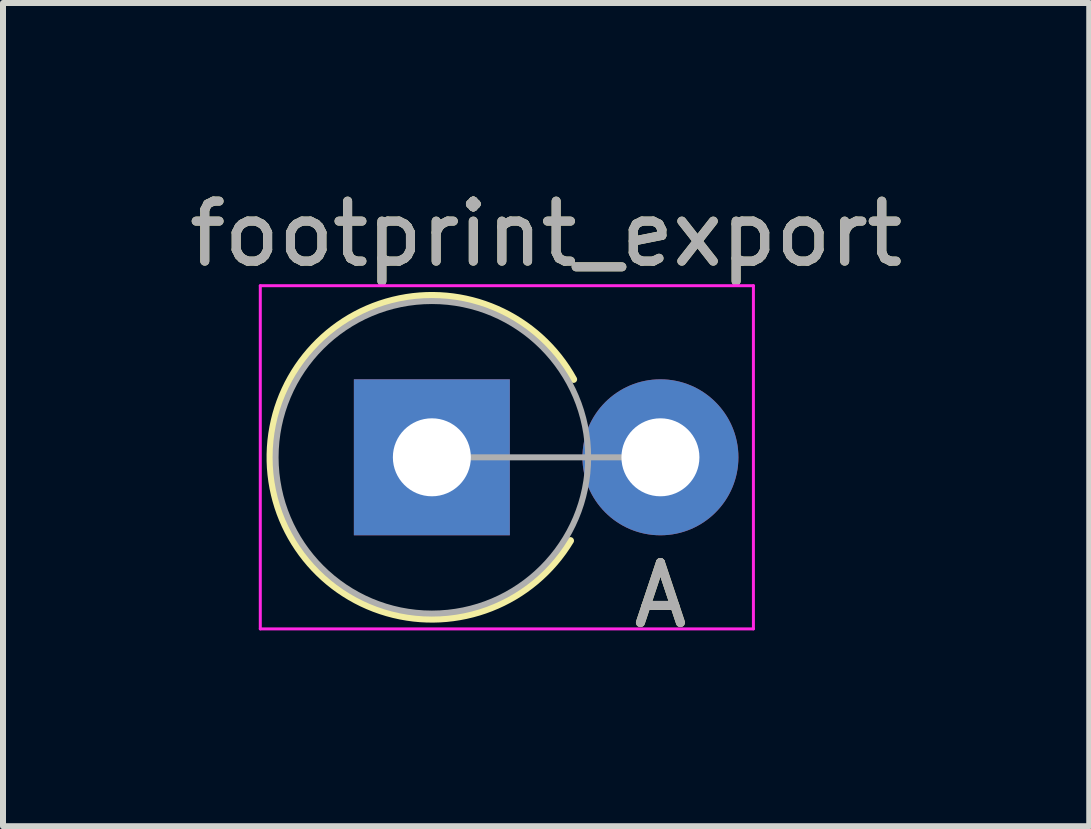
<source format=kicad_pcb>
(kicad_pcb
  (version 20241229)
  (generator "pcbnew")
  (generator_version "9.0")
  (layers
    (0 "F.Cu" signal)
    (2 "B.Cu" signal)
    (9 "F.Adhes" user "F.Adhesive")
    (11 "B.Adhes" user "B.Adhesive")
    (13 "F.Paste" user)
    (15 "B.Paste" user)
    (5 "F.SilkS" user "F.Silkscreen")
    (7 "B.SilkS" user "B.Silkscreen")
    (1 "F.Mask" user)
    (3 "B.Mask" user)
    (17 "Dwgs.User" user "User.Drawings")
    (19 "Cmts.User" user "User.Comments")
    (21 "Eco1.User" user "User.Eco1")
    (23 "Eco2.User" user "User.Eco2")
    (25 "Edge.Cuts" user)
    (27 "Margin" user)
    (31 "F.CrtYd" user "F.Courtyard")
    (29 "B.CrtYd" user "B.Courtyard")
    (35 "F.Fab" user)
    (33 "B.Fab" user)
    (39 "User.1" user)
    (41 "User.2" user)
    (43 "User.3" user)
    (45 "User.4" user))
  (footprint "footprint_export"
    (layer "F.Cu")
    (at 4.149 4.573)
    (property "Reference" "footprint_export" (at 1.905 -3.725 0) (layer "F.SilkS") (effects (font (size 1 1) (thickness 0.15))))
    (attr through_hole)
    (fp_arc (start 2.30942 1.390181) (mid -2.695054 -0.052035) (end 2.361361 -1.3) (stroke (width 0.12) (type solid)) (layer "F.SilkS"))
    (fp_line (start -2.86 -2.86) (end -2.86 2.86) (stroke (width 0.05) (type solid)) (layer "F.CrtYd"))
    (fp_line (start -2.86 2.86) (end 5.36 2.86) (stroke (width 0.05) (type solid)) (layer "F.CrtYd"))
    (fp_line (start 5.36 -2.86) (end -2.86 -2.86) (stroke (width 0.05) (type solid)) (layer "F.CrtYd"))
    (fp_line (start 5.36 2.86) (end 5.36 -2.86) (stroke (width 0.05) (type solid)) (layer "F.CrtYd"))
    (fp_line (start 0 0) (end 3.81 0) (stroke (width 0.1) (type solid)) (layer "F.Fab"))
    (fp_circle (center 0 0) (end 2.605 0) (stroke (width 0.1) (type solid)) (fill no) (layer "F.Fab"))
    (fp_text user "A" (at 3.81 2.3 0) (layer "F.SilkS") (effects (font (size 1 1) (thickness 0.15))))
    (fp_text user "${REFERENCE}" (at 1.905 -3.725 0) (layer "F.Fab") (effects (font (size 1 1) (thickness 0.15))))
    (fp_text user "A" (at 3.81 2.3 0) (layer "F.Fab") (effects (font (size 1 1) (thickness 0.15))))
    (pad "1" thru_hole rect (at 0 0) (size 2.6 2.6) (drill 1.3) (layers "*.Cu" "*.Mask"))
    (pad "2" thru_hole oval (at 3.81 0) (size 2.6 2.6) (drill 1.3) (layers "*.Cu" "*.Mask")))
  (gr_rect
    (start -3 -3)
    (end 15.107 10.722)
    (stroke (width 0.1) (type default))
    (fill no)
    (layer "Edge.Cuts")))
</source>
